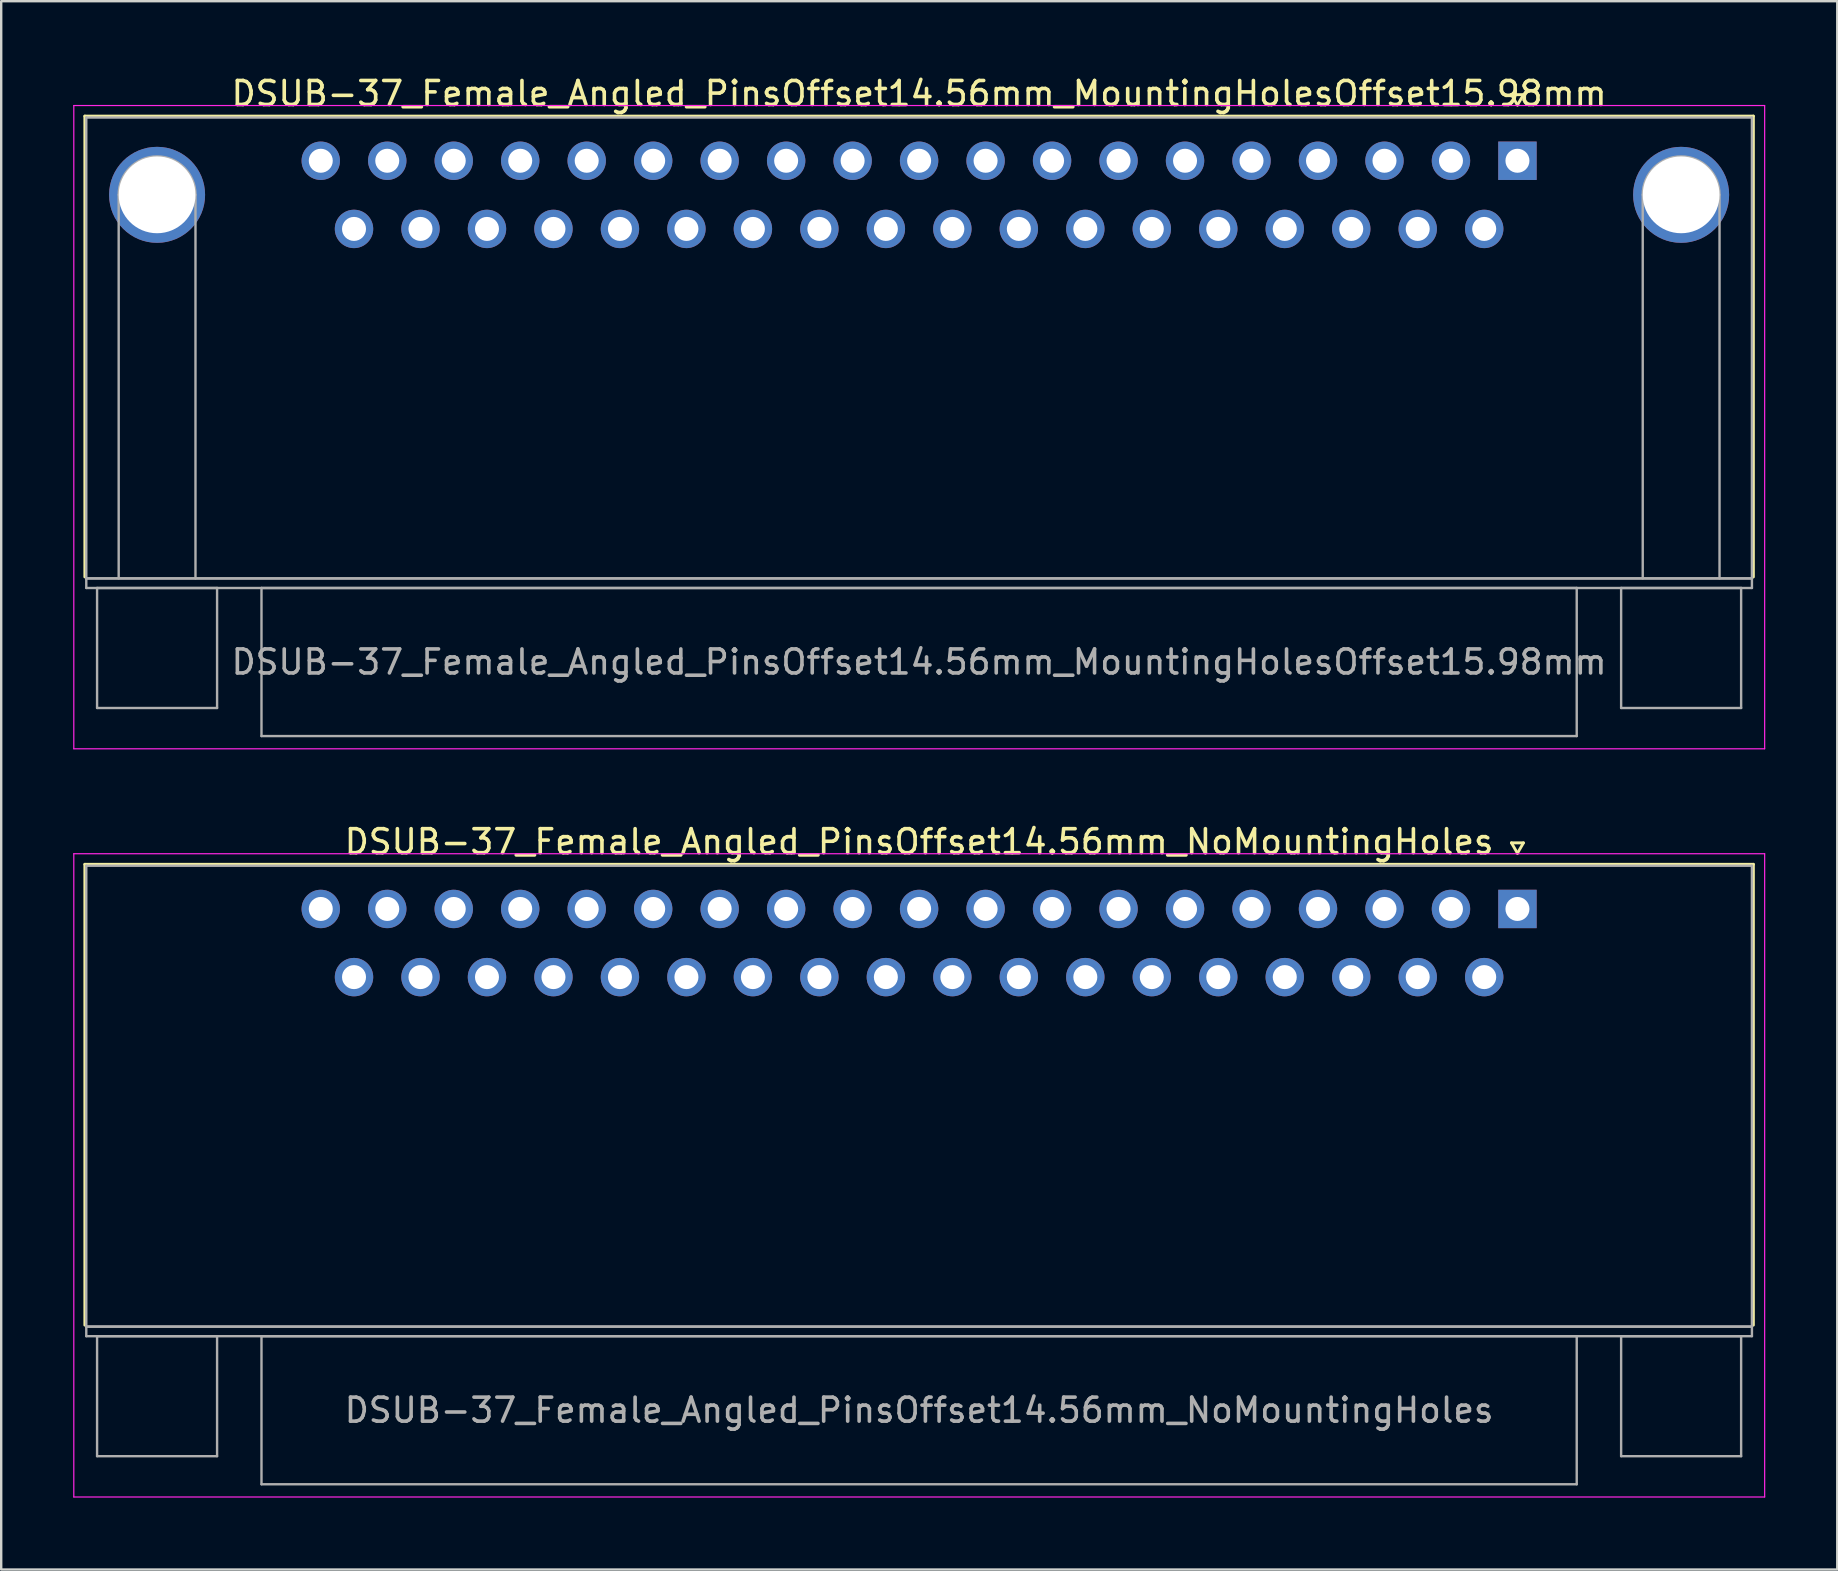
<source format=kicad_pcb>
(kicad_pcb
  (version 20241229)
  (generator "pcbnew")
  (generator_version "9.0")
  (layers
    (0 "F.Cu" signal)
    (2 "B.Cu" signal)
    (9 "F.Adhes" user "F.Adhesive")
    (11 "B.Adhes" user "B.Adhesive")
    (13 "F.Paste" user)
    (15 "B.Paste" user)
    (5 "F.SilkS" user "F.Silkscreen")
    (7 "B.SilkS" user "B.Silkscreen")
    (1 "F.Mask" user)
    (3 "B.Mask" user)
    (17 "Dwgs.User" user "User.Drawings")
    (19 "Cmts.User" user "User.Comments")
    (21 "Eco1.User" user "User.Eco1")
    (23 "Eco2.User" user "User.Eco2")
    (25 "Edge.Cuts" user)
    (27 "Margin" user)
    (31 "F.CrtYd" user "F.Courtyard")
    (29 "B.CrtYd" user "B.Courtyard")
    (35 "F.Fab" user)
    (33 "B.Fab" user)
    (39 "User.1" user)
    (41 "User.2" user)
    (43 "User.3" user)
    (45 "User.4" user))
  (footprint "DSUB-37_Female_Angled_PinsOffset14.56mm_MountingHolesOffset15.98mm"
    (layer "F.Cu")
    (at 60.175 3.648)
    (property "Reference" "DSUB-37_Female_Angled_PinsOffset14.56mm_MountingHolesOffset15.98mm" (at -24.93 -2.8 0) (layer "F.SilkS") (effects (font (size 1 1) (thickness 0.15))))
    (attr through_hole)
    (fp_line (start -59.69 -1.86) (end 9.83 -1.86) (stroke (width 0.12) (type solid)) (layer "F.SilkS"))
    (fp_line (start -59.69 17.34) (end -59.69 -1.86) (stroke (width 0.12) (type solid)) (layer "F.SilkS"))
    (fp_line (start -0.25 -2.754) (end 0.25 -2.754) (stroke (width 0.12) (type solid)) (layer "F.SilkS"))
    (fp_line (start 0 -2.321) (end -0.25 -2.754) (stroke (width 0.12) (type solid)) (layer "F.SilkS"))
    (fp_line (start 0.25 -2.754) (end 0 -2.321) (stroke (width 0.12) (type solid)) (layer "F.SilkS"))
    (fp_line (start 9.83 -1.86) (end 9.83 17.34) (stroke (width 0.12) (type solid)) (layer "F.SilkS"))
    (fp_line (start -60.15 -2.3) (end -60.15 24.5) (stroke (width 0.05) (type solid)) (layer "F.CrtYd"))
    (fp_line (start -60.15 24.5) (end 10.3 24.5) (stroke (width 0.05) (type solid)) (layer "F.CrtYd"))
    (fp_line (start 10.3 -2.3) (end -60.15 -2.3) (stroke (width 0.05) (type solid)) (layer "F.CrtYd"))
    (fp_line (start 10.3 24.5) (end 10.3 -2.3) (stroke (width 0.05) (type solid)) (layer "F.CrtYd"))
    (fp_line (start -59.63 -1.8) (end -59.63 17.4) (stroke (width 0.1) (type solid)) (layer "F.Fab"))
    (fp_line (start -59.63 17.4) (end -59.63 17.8) (stroke (width 0.1) (type solid)) (layer "F.Fab"))
    (fp_line (start -59.63 17.4) (end 9.77 17.4) (stroke (width 0.1) (type solid)) (layer "F.Fab"))
    (fp_line (start -59.63 17.8) (end 9.77 17.8) (stroke (width 0.1) (type solid)) (layer "F.Fab"))
    (fp_line (start -59.18 17.8) (end -59.18 22.8) (stroke (width 0.1) (type solid)) (layer "F.Fab"))
    (fp_line (start -59.18 22.8) (end -54.18 22.8) (stroke (width 0.1) (type solid)) (layer "F.Fab"))
    (fp_line (start -58.28 17.4) (end -58.28 1.42) (stroke (width 0.1) (type solid)) (layer "F.Fab"))
    (fp_line (start -55.08 17.4) (end -55.08 1.42) (stroke (width 0.1) (type solid)) (layer "F.Fab"))
    (fp_line (start -54.18 17.8) (end -59.18 17.8) (stroke (width 0.1) (type solid)) (layer "F.Fab"))
    (fp_line (start -54.18 22.8) (end -54.18 17.8) (stroke (width 0.1) (type solid)) (layer "F.Fab"))
    (fp_line (start -52.33 17.8) (end -52.33 23.97) (stroke (width 0.1) (type solid)) (layer "F.Fab"))
    (fp_line (start -52.33 23.97) (end 2.47 23.97) (stroke (width 0.1) (type solid)) (layer "F.Fab"))
    (fp_line (start 2.47 17.8) (end -52.33 17.8) (stroke (width 0.1) (type solid)) (layer "F.Fab"))
    (fp_line (start 2.47 23.97) (end 2.47 17.8) (stroke (width 0.1) (type solid)) (layer "F.Fab"))
    (fp_line (start 4.32 17.8) (end 4.32 22.8) (stroke (width 0.1) (type solid)) (layer "F.Fab"))
    (fp_line (start 4.32 22.8) (end 9.32 22.8) (stroke (width 0.1) (type solid)) (layer "F.Fab"))
    (fp_line (start 5.22 17.4) (end 5.22 1.42) (stroke (width 0.1) (type solid)) (layer "F.Fab"))
    (fp_line (start 8.42 17.4) (end 8.42 1.42) (stroke (width 0.1) (type solid)) (layer "F.Fab"))
    (fp_line (start 9.32 17.8) (end 4.32 17.8) (stroke (width 0.1) (type solid)) (layer "F.Fab"))
    (fp_line (start 9.32 22.8) (end 9.32 17.8) (stroke (width 0.1) (type solid)) (layer "F.Fab"))
    (fp_line (start 9.77 -1.8) (end -59.63 -1.8) (stroke (width 0.1) (type solid)) (layer "F.Fab"))
    (fp_line (start 9.77 17.4) (end -59.63 17.4) (stroke (width 0.1) (type solid)) (layer "F.Fab"))
    (fp_line (start 9.77 17.4) (end 9.77 -1.8) (stroke (width 0.1) (type solid)) (layer "F.Fab"))
    (fp_line (start 9.77 17.8) (end 9.77 17.4) (stroke (width 0.1) (type solid)) (layer "F.Fab"))
    (fp_arc (start -58.28 1.42) (mid -56.68 -0.18) (end -55.08 1.42) (stroke (width 0.1) (type solid)) (layer "F.Fab"))
    (fp_arc (start 5.22 1.42) (mid 6.82 -0.18) (end 8.42 1.42) (stroke (width 0.1) (type solid)) (layer "F.Fab"))
    (fp_text user "${REFERENCE}" (at -24.93 20.885 0) (layer "F.Fab") (effects (font (size 1 1) (thickness 0.15))))
    (pad "0" thru_hole circle (at -56.68 1.42) (size 4 4) (drill 3.2) (layers "*.Cu" "*.Mask"))
    (pad "0" thru_hole circle (at 6.82 1.42) (size 4 4) (drill 3.2) (layers "*.Cu" "*.Mask"))
    (pad "1" thru_hole rect (at 0 0) (size 1.6 1.6) (drill 1) (layers "*.Cu" "*.Mask"))
    (pad "2" thru_hole circle (at -2.77 0) (size 1.6 1.6) (drill 1) (layers "*.Cu" "*.Mask"))
    (pad "3" thru_hole circle (at -5.54 0) (size 1.6 1.6) (drill 1) (layers "*.Cu" "*.Mask"))
    (pad "4" thru_hole circle (at -8.31 0) (size 1.6 1.6) (drill 1) (layers "*.Cu" "*.Mask"))
    (pad "5" thru_hole circle (at -11.08 0) (size 1.6 1.6) (drill 1) (layers "*.Cu" "*.Mask"))
    (pad "6" thru_hole circle (at -13.85 0) (size 1.6 1.6) (drill 1) (layers "*.Cu" "*.Mask"))
    (pad "7" thru_hole circle (at -16.62 0) (size 1.6 1.6) (drill 1) (layers "*.Cu" "*.Mask"))
    (pad "8" thru_hole circle (at -19.39 0) (size 1.6 1.6) (drill 1) (layers "*.Cu" "*.Mask"))
    (pad "9" thru_hole circle (at -22.16 0) (size 1.6 1.6) (drill 1) (layers "*.Cu" "*.Mask"))
    (pad "10" thru_hole circle (at -24.93 0) (size 1.6 1.6) (drill 1) (layers "*.Cu" "*.Mask"))
    (pad "11" thru_hole circle (at -27.7 0) (size 1.6 1.6) (drill 1) (layers "*.Cu" "*.Mask"))
    (pad "12" thru_hole circle (at -30.47 0) (size 1.6 1.6) (drill 1) (layers "*.Cu" "*.Mask"))
    (pad "13" thru_hole circle (at -33.24 0) (size 1.6 1.6) (drill 1) (layers "*.Cu" "*.Mask"))
    (pad "14" thru_hole circle (at -36.01 0) (size 1.6 1.6) (drill 1) (layers "*.Cu" "*.Mask"))
    (pad "15" thru_hole circle (at -38.78 0) (size 1.6 1.6) (drill 1) (layers "*.Cu" "*.Mask"))
    (pad "16" thru_hole circle (at -41.55 0) (size 1.6 1.6) (drill 1) (layers "*.Cu" "*.Mask"))
    (pad "17" thru_hole circle (at -44.32 0) (size 1.6 1.6) (drill 1) (layers "*.Cu" "*.Mask"))
    (pad "18" thru_hole circle (at -47.09 0) (size 1.6 1.6) (drill 1) (layers "*.Cu" "*.Mask"))
    (pad "19" thru_hole circle (at -49.86 0) (size 1.6 1.6) (drill 1) (layers "*.Cu" "*.Mask"))
    (pad "20" thru_hole circle (at -1.385 2.84) (size 1.6 1.6) (drill 1) (layers "*.Cu" "*.Mask"))
    (pad "21" thru_hole circle (at -4.155 2.84) (size 1.6 1.6) (drill 1) (layers "*.Cu" "*.Mask"))
    (pad "22" thru_hole circle (at -6.925 2.84) (size 1.6 1.6) (drill 1) (layers "*.Cu" "*.Mask"))
    (pad "23" thru_hole circle (at -9.695 2.84) (size 1.6 1.6) (drill 1) (layers "*.Cu" "*.Mask"))
    (pad "24" thru_hole circle (at -12.465 2.84) (size 1.6 1.6) (drill 1) (layers "*.Cu" "*.Mask"))
    (pad "25" thru_hole circle (at -15.235 2.84) (size 1.6 1.6) (drill 1) (layers "*.Cu" "*.Mask"))
    (pad "26" thru_hole circle (at -18.005 2.84) (size 1.6 1.6) (drill 1) (layers "*.Cu" "*.Mask"))
    (pad "27" thru_hole circle (at -20.775 2.84) (size 1.6 1.6) (drill 1) (layers "*.Cu" "*.Mask"))
    (pad "28" thru_hole circle (at -23.545 2.84) (size 1.6 1.6) (drill 1) (layers "*.Cu" "*.Mask"))
    (pad "29" thru_hole circle (at -26.315 2.84) (size 1.6 1.6) (drill 1) (layers "*.Cu" "*.Mask"))
    (pad "30" thru_hole circle (at -29.085 2.84) (size 1.6 1.6) (drill 1) (layers "*.Cu" "*.Mask"))
    (pad "31" thru_hole circle (at -31.855 2.84) (size 1.6 1.6) (drill 1) (layers "*.Cu" "*.Mask"))
    (pad "32" thru_hole circle (at -34.625 2.84) (size 1.6 1.6) (drill 1) (layers "*.Cu" "*.Mask"))
    (pad "33" thru_hole circle (at -37.395 2.84) (size 1.6 1.6) (drill 1) (layers "*.Cu" "*.Mask"))
    (pad "34" thru_hole circle (at -40.165 2.84) (size 1.6 1.6) (drill 1) (layers "*.Cu" "*.Mask"))
    (pad "35" thru_hole circle (at -42.935 2.84) (size 1.6 1.6) (drill 1) (layers "*.Cu" "*.Mask"))
    (pad "36" thru_hole circle (at -45.705 2.84) (size 1.6 1.6) (drill 1) (layers "*.Cu" "*.Mask"))
    (pad "37" thru_hole circle (at -48.475 2.84) (size 1.6 1.6) (drill 1) (layers "*.Cu" "*.Mask")))
  (footprint "DSUB-37_Female_Angled_PinsOffset14.56mm_NoMountingHoles"
    (layer "F.Cu")
    (at 60.175 34.822)
    (property "Reference" "DSUB-37_Female_Angled_PinsOffset14.56mm_NoMountingHoles" (at -24.93 -2.8 0) (layer "F.SilkS") (effects (font (size 1 1) (thickness 0.15))))
    (attr through_hole)
    (fp_line (start -59.69 -1.86) (end 9.83 -1.86) (stroke (width 0.12) (type solid)) (layer "F.SilkS"))
    (fp_line (start -59.69 17.34) (end -59.69 -1.86) (stroke (width 0.12) (type solid)) (layer "F.SilkS"))
    (fp_line (start -0.25 -2.754) (end 0.25 -2.754) (stroke (width 0.12) (type solid)) (layer "F.SilkS"))
    (fp_line (start 0 -2.321) (end -0.25 -2.754) (stroke (width 0.12) (type solid)) (layer "F.SilkS"))
    (fp_line (start 0.25 -2.754) (end 0 -2.321) (stroke (width 0.12) (type solid)) (layer "F.SilkS"))
    (fp_line (start 9.83 -1.86) (end 9.83 17.34) (stroke (width 0.12) (type solid)) (layer "F.SilkS"))
    (fp_line (start -60.15 -2.3) (end -60.15 24.5) (stroke (width 0.05) (type solid)) (layer "F.CrtYd"))
    (fp_line (start -60.15 24.5) (end 10.3 24.5) (stroke (width 0.05) (type solid)) (layer "F.CrtYd"))
    (fp_line (start 10.3 -2.3) (end -60.15 -2.3) (stroke (width 0.05) (type solid)) (layer "F.CrtYd"))
    (fp_line (start 10.3 24.5) (end 10.3 -2.3) (stroke (width 0.05) (type solid)) (layer "F.CrtYd"))
    (fp_line (start -59.63 -1.8) (end -59.63 17.4) (stroke (width 0.1) (type solid)) (layer "F.Fab"))
    (fp_line (start -59.63 17.4) (end -59.63 17.8) (stroke (width 0.1) (type solid)) (layer "F.Fab"))
    (fp_line (start -59.63 17.4) (end 9.77 17.4) (stroke (width 0.1) (type solid)) (layer "F.Fab"))
    (fp_line (start -59.63 17.8) (end 9.77 17.8) (stroke (width 0.1) (type solid)) (layer "F.Fab"))
    (fp_line (start -59.18 17.8) (end -59.18 22.8) (stroke (width 0.1) (type solid)) (layer "F.Fab"))
    (fp_line (start -59.18 22.8) (end -54.18 22.8) (stroke (width 0.1) (type solid)) (layer "F.Fab"))
    (fp_line (start -54.18 17.8) (end -59.18 17.8) (stroke (width 0.1) (type solid)) (layer "F.Fab"))
    (fp_line (start -54.18 22.8) (end -54.18 17.8) (stroke (width 0.1) (type solid)) (layer "F.Fab"))
    (fp_line (start -52.33 17.8) (end -52.33 23.97) (stroke (width 0.1) (type solid)) (layer "F.Fab"))
    (fp_line (start -52.33 23.97) (end 2.47 23.97) (stroke (width 0.1) (type solid)) (layer "F.Fab"))
    (fp_line (start 2.47 17.8) (end -52.33 17.8) (stroke (width 0.1) (type solid)) (layer "F.Fab"))
    (fp_line (start 2.47 23.97) (end 2.47 17.8) (stroke (width 0.1) (type solid)) (layer "F.Fab"))
    (fp_line (start 4.32 17.8) (end 4.32 22.8) (stroke (width 0.1) (type solid)) (layer "F.Fab"))
    (fp_line (start 4.32 22.8) (end 9.32 22.8) (stroke (width 0.1) (type solid)) (layer "F.Fab"))
    (fp_line (start 9.32 17.8) (end 4.32 17.8) (stroke (width 0.1) (type solid)) (layer "F.Fab"))
    (fp_line (start 9.32 22.8) (end 9.32 17.8) (stroke (width 0.1) (type solid)) (layer "F.Fab"))
    (fp_line (start 9.77 -1.8) (end -59.63 -1.8) (stroke (width 0.1) (type solid)) (layer "F.Fab"))
    (fp_line (start 9.77 17.4) (end -59.63 17.4) (stroke (width 0.1) (type solid)) (layer "F.Fab"))
    (fp_line (start 9.77 17.4) (end 9.77 -1.8) (stroke (width 0.1) (type solid)) (layer "F.Fab"))
    (fp_line (start 9.77 17.8) (end 9.77 17.4) (stroke (width 0.1) (type solid)) (layer "F.Fab"))
    (fp_text user "${REFERENCE}" (at -24.93 20.885 0) (layer "F.Fab") (effects (font (size 1 1) (thickness 0.15))))
    (pad "1" thru_hole rect (at 0 0) (size 1.6 1.6) (drill 1) (layers "*.Cu" "*.Mask"))
    (pad "2" thru_hole circle (at -2.77 0) (size 1.6 1.6) (drill 1) (layers "*.Cu" "*.Mask"))
    (pad "3" thru_hole circle (at -5.54 0) (size 1.6 1.6) (drill 1) (layers "*.Cu" "*.Mask"))
    (pad "4" thru_hole circle (at -8.31 0) (size 1.6 1.6) (drill 1) (layers "*.Cu" "*.Mask"))
    (pad "5" thru_hole circle (at -11.08 0) (size 1.6 1.6) (drill 1) (layers "*.Cu" "*.Mask"))
    (pad "6" thru_hole circle (at -13.85 0) (size 1.6 1.6) (drill 1) (layers "*.Cu" "*.Mask"))
    (pad "7" thru_hole circle (at -16.62 0) (size 1.6 1.6) (drill 1) (layers "*.Cu" "*.Mask"))
    (pad "8" thru_hole circle (at -19.39 0) (size 1.6 1.6) (drill 1) (layers "*.Cu" "*.Mask"))
    (pad "9" thru_hole circle (at -22.16 0) (size 1.6 1.6) (drill 1) (layers "*.Cu" "*.Mask"))
    (pad "10" thru_hole circle (at -24.93 0) (size 1.6 1.6) (drill 1) (layers "*.Cu" "*.Mask"))
    (pad "11" thru_hole circle (at -27.7 0) (size 1.6 1.6) (drill 1) (layers "*.Cu" "*.Mask"))
    (pad "12" thru_hole circle (at -30.47 0) (size 1.6 1.6) (drill 1) (layers "*.Cu" "*.Mask"))
    (pad "13" thru_hole circle (at -33.24 0) (size 1.6 1.6) (drill 1) (layers "*.Cu" "*.Mask"))
    (pad "14" thru_hole circle (at -36.01 0) (size 1.6 1.6) (drill 1) (layers "*.Cu" "*.Mask"))
    (pad "15" thru_hole circle (at -38.78 0) (size 1.6 1.6) (drill 1) (layers "*.Cu" "*.Mask"))
    (pad "16" thru_hole circle (at -41.55 0) (size 1.6 1.6) (drill 1) (layers "*.Cu" "*.Mask"))
    (pad "17" thru_hole circle (at -44.32 0) (size 1.6 1.6) (drill 1) (layers "*.Cu" "*.Mask"))
    (pad "18" thru_hole circle (at -47.09 0) (size 1.6 1.6) (drill 1) (layers "*.Cu" "*.Mask"))
    (pad "19" thru_hole circle (at -49.86 0) (size 1.6 1.6) (drill 1) (layers "*.Cu" "*.Mask"))
    (pad "20" thru_hole circle (at -1.385 2.84) (size 1.6 1.6) (drill 1) (layers "*.Cu" "*.Mask"))
    (pad "21" thru_hole circle (at -4.155 2.84) (size 1.6 1.6) (drill 1) (layers "*.Cu" "*.Mask"))
    (pad "22" thru_hole circle (at -6.925 2.84) (size 1.6 1.6) (drill 1) (layers "*.Cu" "*.Mask"))
    (pad "23" thru_hole circle (at -9.695 2.84) (size 1.6 1.6) (drill 1) (layers "*.Cu" "*.Mask"))
    (pad "24" thru_hole circle (at -12.465 2.84) (size 1.6 1.6) (drill 1) (layers "*.Cu" "*.Mask"))
    (pad "25" thru_hole circle (at -15.235 2.84) (size 1.6 1.6) (drill 1) (layers "*.Cu" "*.Mask"))
    (pad "26" thru_hole circle (at -18.005 2.84) (size 1.6 1.6) (drill 1) (layers "*.Cu" "*.Mask"))
    (pad "27" thru_hole circle (at -20.775 2.84) (size 1.6 1.6) (drill 1) (layers "*.Cu" "*.Mask"))
    (pad "28" thru_hole circle (at -23.545 2.84) (size 1.6 1.6) (drill 1) (layers "*.Cu" "*.Mask"))
    (pad "29" thru_hole circle (at -26.315 2.84) (size 1.6 1.6) (drill 1) (layers "*.Cu" "*.Mask"))
    (pad "30" thru_hole circle (at -29.085 2.84) (size 1.6 1.6) (drill 1) (layers "*.Cu" "*.Mask"))
    (pad "31" thru_hole circle (at -31.855 2.84) (size 1.6 1.6) (drill 1) (layers "*.Cu" "*.Mask"))
    (pad "32" thru_hole circle (at -34.625 2.84) (size 1.6 1.6) (drill 1) (layers "*.Cu" "*.Mask"))
    (pad "33" thru_hole circle (at -37.395 2.84) (size 1.6 1.6) (drill 1) (layers "*.Cu" "*.Mask"))
    (pad "34" thru_hole circle (at -40.165 2.84) (size 1.6 1.6) (drill 1) (layers "*.Cu" "*.Mask"))
    (pad "35" thru_hole circle (at -42.935 2.84) (size 1.6 1.6) (drill 1) (layers "*.Cu" "*.Mask"))
    (pad "36" thru_hole circle (at -45.705 2.84) (size 1.6 1.6) (drill 1) (layers "*.Cu" "*.Mask"))
    (pad "37" thru_hole circle (at -48.475 2.84) (size 1.6 1.6) (drill 1) (layers "*.Cu" "*.Mask")))
  (gr_rect
    (start -3 -3)
    (end 73.5 62.346)
    (stroke (width 0.1) (type default))
    (fill no)
    (layer "Edge.Cuts")))
</source>
